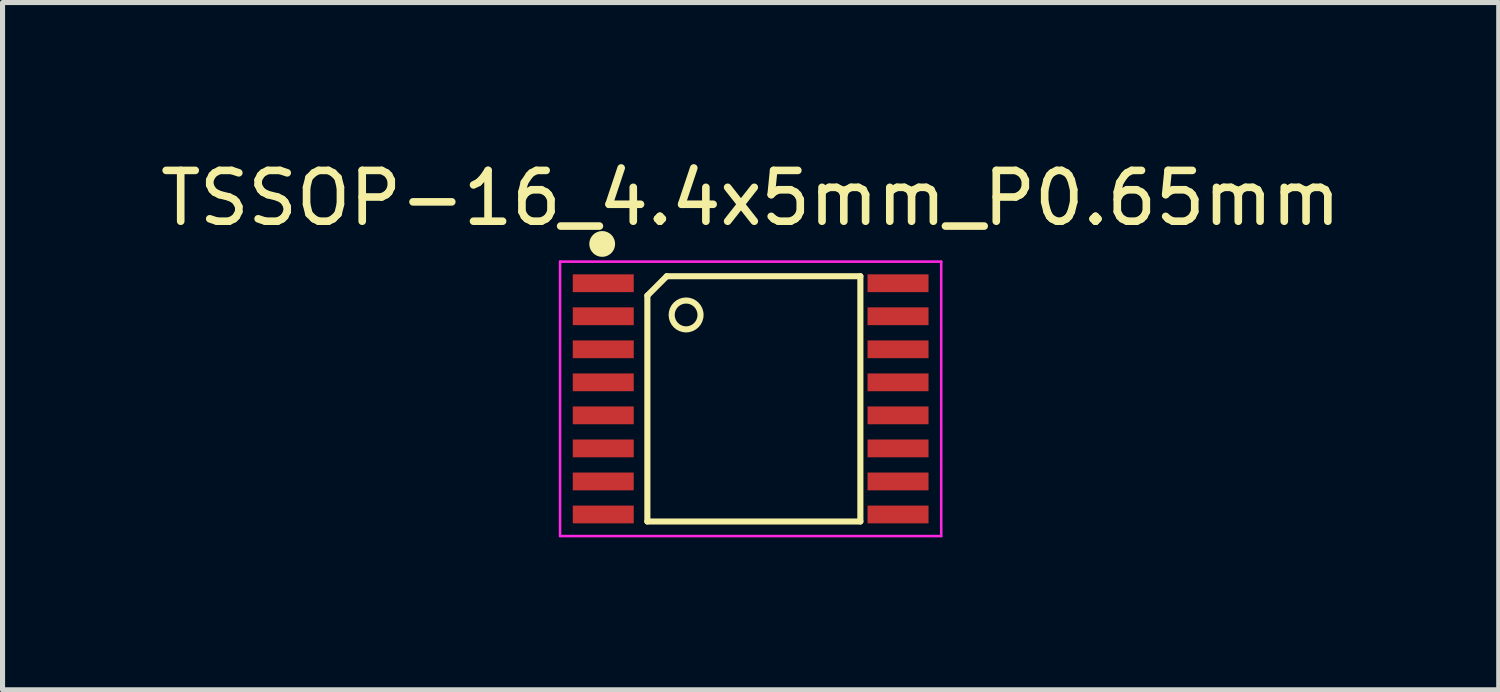
<source format=kicad_pcb>
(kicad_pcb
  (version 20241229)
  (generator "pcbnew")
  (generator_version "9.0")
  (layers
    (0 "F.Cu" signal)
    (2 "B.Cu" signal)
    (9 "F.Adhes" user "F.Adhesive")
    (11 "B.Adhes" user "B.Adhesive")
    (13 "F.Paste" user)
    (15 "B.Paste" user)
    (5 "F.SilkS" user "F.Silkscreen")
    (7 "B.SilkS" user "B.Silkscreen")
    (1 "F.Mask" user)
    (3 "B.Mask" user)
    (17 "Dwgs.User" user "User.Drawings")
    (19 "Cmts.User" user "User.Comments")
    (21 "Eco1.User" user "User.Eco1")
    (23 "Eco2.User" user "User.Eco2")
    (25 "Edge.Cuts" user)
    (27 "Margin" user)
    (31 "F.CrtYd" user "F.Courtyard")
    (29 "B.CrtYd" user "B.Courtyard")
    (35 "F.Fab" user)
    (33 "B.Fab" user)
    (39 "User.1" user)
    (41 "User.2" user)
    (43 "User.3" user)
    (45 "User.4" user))
  (footprint "TSSOP-16_4.4x5mm_P0.65mm"
    (layer "F.Cu")
    (at 11.72 4.798)
    (property "Reference" "TSSOP-16_4.4x5mm_P0.65mm" (at 0 -3.95 0) (layer "F.SilkS") (effects (font (size 1 1) (thickness 0.15))))
    (attr smd)
    (fp_line (start -2.032 -2.032) (end -2.032 2.413) (stroke (width 0.12) (type solid)) (layer "F.SilkS"))
    (fp_line (start -2.032 2.413) (end 2.159 2.413) (stroke (width 0.12) (type solid)) (layer "F.SilkS"))
    (fp_line (start -1.651 -2.413) (end -2.032 -2.032) (stroke (width 0.12) (type solid)) (layer "F.SilkS"))
    (fp_line (start 2.159 -2.413) (end -1.651 -2.413) (stroke (width 0.12) (type solid)) (layer "F.SilkS"))
    (fp_line (start 2.159 2.413) (end 2.159 -2.413) (stroke (width 0.12) (type solid)) (layer "F.SilkS"))
    (fp_circle (center -2.921 -3.048) (end -2.794 -3.048) (stroke (width 0.254) (type solid)) (fill no) (layer "F.SilkS"))
    (fp_circle (center -1.27 -1.651) (end -1.143 -1.397) (stroke (width 0.12) (type solid)) (fill no) (layer "F.SilkS"))
    (fp_line (start -3.75 -2.7) (end 3.75 -2.7) (stroke (width 0.05) (type solid)) (layer "F.CrtYd"))
    (fp_line (start -3.75 2.7) (end -3.75 -2.7) (stroke (width 0.05) (type solid)) (layer "F.CrtYd"))
    (fp_line (start 3.75 -2.7) (end 3.75 2.7) (stroke (width 0.05) (type solid)) (layer "F.CrtYd"))
    (fp_line (start 3.75 2.7) (end -3.75 2.7) (stroke (width 0.05) (type solid)) (layer "F.CrtYd"))
    (pad "1" smd rect (at -2.9 -2.275 270) (size 0.35 1.2) (layers "F.Cu" "F.Mask" "F.Paste"))
    (pad "2" smd rect (at -2.9 -1.625 270) (size 0.35 1.2) (layers "F.Cu" "F.Mask" "F.Paste"))
    (pad "3" smd rect (at -2.9 -0.975 270) (size 0.35 1.2) (layers "F.Cu" "F.Mask" "F.Paste"))
    (pad "4" smd rect (at -2.9 -0.325 270) (size 0.35 1.2) (layers "F.Cu" "F.Mask" "F.Paste"))
    (pad "5" smd rect (at -2.9 0.325 270) (size 0.35 1.2) (layers "F.Cu" "F.Mask" "F.Paste"))
    (pad "6" smd rect (at -2.9 0.975 270) (size 0.35 1.2) (layers "F.Cu" "F.Mask" "F.Paste"))
    (pad "7" smd rect (at -2.9 1.625 270) (size 0.35 1.2) (layers "F.Cu" "F.Mask" "F.Paste"))
    (pad "8" smd rect (at -2.9 2.275 270) (size 0.35 1.2) (layers "F.Cu" "F.Mask" "F.Paste"))
    (pad "9" smd rect (at 2.9 2.275 270) (size 0.35 1.2) (layers "F.Cu" "F.Mask" "F.Paste"))
    (pad "10" smd rect (at 2.9 1.625 270) (size 0.35 1.2) (layers "F.Cu" "F.Mask" "F.Paste"))
    (pad "11" smd rect (at 2.9 0.975 270) (size 0.35 1.2) (layers "F.Cu" "F.Mask" "F.Paste"))
    (pad "12" smd rect (at 2.9 0.325 270) (size 0.35 1.2) (layers "F.Cu" "F.Mask" "F.Paste"))
    (pad "13" smd rect (at 2.9 -0.325 270) (size 0.35 1.2) (layers "F.Cu" "F.Mask" "F.Paste"))
    (pad "14" smd rect (at 2.9 -0.975 270) (size 0.35 1.2) (layers "F.Cu" "F.Mask" "F.Paste"))
    (pad "15" smd rect (at 2.9 -1.625 270) (size 0.35 1.2) (layers "F.Cu" "F.Mask" "F.Paste"))
    (pad "16" smd rect (at 2.9 -2.275 270) (size 0.35 1.2) (layers "F.Cu" "F.Mask" "F.Paste")))
  (gr_rect
    (start -3 -3)
    (end 26.44 10.523)
    (stroke (width 0.1) (type default))
    (fill no)
    (layer "Edge.Cuts")))
</source>
